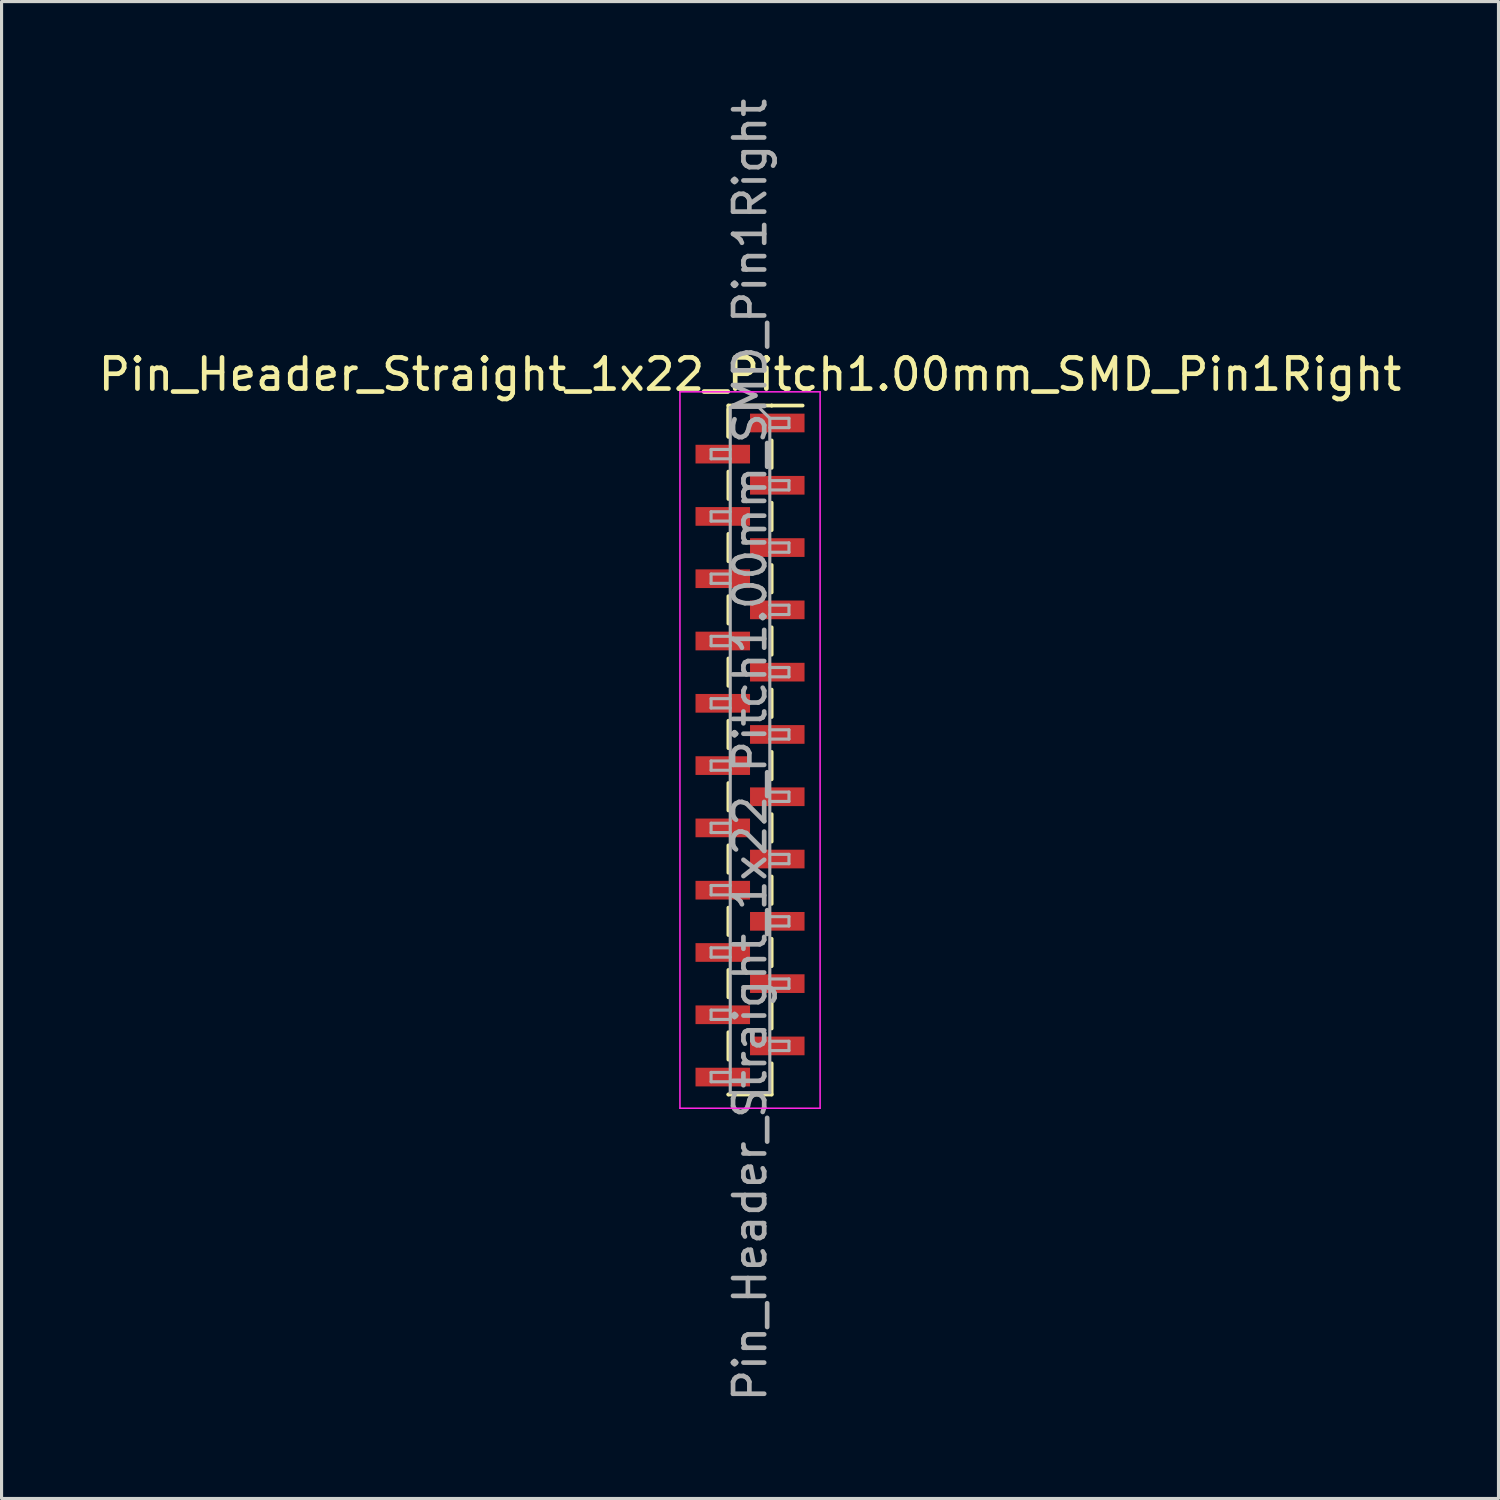
<source format=kicad_pcb>
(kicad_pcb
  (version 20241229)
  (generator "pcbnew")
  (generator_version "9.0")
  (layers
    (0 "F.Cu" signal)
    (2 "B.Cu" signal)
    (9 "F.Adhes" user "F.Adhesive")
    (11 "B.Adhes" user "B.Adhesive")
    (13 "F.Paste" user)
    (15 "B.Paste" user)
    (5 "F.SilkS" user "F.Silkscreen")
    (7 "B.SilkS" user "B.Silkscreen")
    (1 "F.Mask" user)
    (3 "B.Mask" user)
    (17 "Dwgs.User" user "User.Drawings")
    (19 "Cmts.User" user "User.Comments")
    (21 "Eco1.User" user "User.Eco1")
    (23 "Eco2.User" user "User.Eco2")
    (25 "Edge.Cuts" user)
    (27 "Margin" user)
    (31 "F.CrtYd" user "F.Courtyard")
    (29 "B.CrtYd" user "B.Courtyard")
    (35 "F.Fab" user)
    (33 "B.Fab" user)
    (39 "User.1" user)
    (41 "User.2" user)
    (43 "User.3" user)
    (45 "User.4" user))
  (footprint "Pin_Header_Straight_1x22_Pitch1.00mm_SMD_Pin1Right"
    (layer "F.Cu")
    (at 21.03 21.03)
    (property "Reference" "Pin_Header_Straight_1x22_Pitch1.00mm_SMD_Pin1Right" (at 0 -12.06 0) (layer "F.SilkS") (effects (font (size 1 1) (thickness 0.15))))
    (attr smd)
    (fp_line (start -0.695 -11.06) (end -0.695 -10.06) (stroke (width 0.12) (type solid)) (layer "F.SilkS"))
    (fp_line (start -0.695 -11.06) (end 0.695 -11.06) (stroke (width 0.12) (type solid)) (layer "F.SilkS"))
    (fp_line (start -0.695 -10.94) (end -0.695 -10.06) (stroke (width 0.12) (type solid)) (layer "F.SilkS"))
    (fp_line (start -0.695 -8.94) (end -0.695 -8.06) (stroke (width 0.12) (type solid)) (layer "F.SilkS"))
    (fp_line (start -0.695 -6.94) (end -0.695 -6.06) (stroke (width 0.12) (type solid)) (layer "F.SilkS"))
    (fp_line (start -0.695 -4.94) (end -0.695 -4.06) (stroke (width 0.12) (type solid)) (layer "F.SilkS"))
    (fp_line (start -0.695 -2.94) (end -0.695 -2.06) (stroke (width 0.12) (type solid)) (layer "F.SilkS"))
    (fp_line (start -0.695 -0.94) (end -0.695 -0.06) (stroke (width 0.12) (type solid)) (layer "F.SilkS"))
    (fp_line (start -0.695 1.06) (end -0.695 1.94) (stroke (width 0.12) (type solid)) (layer "F.SilkS"))
    (fp_line (start -0.695 3.06) (end -0.695 3.94) (stroke (width 0.12) (type solid)) (layer "F.SilkS"))
    (fp_line (start -0.695 5.06) (end -0.695 5.94) (stroke (width 0.12) (type solid)) (layer "F.SilkS"))
    (fp_line (start -0.695 7.06) (end -0.695 7.94) (stroke (width 0.12) (type solid)) (layer "F.SilkS"))
    (fp_line (start -0.695 9.06) (end -0.695 9.94) (stroke (width 0.12) (type solid)) (layer "F.SilkS"))
    (fp_line (start -0.695 11.06) (end -0.695 11.06) (stroke (width 0.12) (type solid)) (layer "F.SilkS"))
    (fp_line (start -0.695 11.06) (end 0.695 11.06) (stroke (width 0.12) (type solid)) (layer "F.SilkS"))
    (fp_line (start 0.695 -11.06) (end 0.695 -11.06) (stroke (width 0.12) (type solid)) (layer "F.SilkS"))
    (fp_line (start 0.695 -11.06) (end 1.69 -11.06) (stroke (width 0.12) (type solid)) (layer "F.SilkS"))
    (fp_line (start 0.695 -9.94) (end 0.695 -9.06) (stroke (width 0.12) (type solid)) (layer "F.SilkS"))
    (fp_line (start 0.695 -7.94) (end 0.695 -7.06) (stroke (width 0.12) (type solid)) (layer "F.SilkS"))
    (fp_line (start 0.695 -5.94) (end 0.695 -5.06) (stroke (width 0.12) (type solid)) (layer "F.SilkS"))
    (fp_line (start 0.695 -3.94) (end 0.695 -3.06) (stroke (width 0.12) (type solid)) (layer "F.SilkS"))
    (fp_line (start 0.695 -1.94) (end 0.695 -1.06) (stroke (width 0.12) (type solid)) (layer "F.SilkS"))
    (fp_line (start 0.695 0.06) (end 0.695 0.94) (stroke (width 0.12) (type solid)) (layer "F.SilkS"))
    (fp_line (start 0.695 2.06) (end 0.695 2.94) (stroke (width 0.12) (type solid)) (layer "F.SilkS"))
    (fp_line (start 0.695 4.06) (end 0.695 4.94) (stroke (width 0.12) (type solid)) (layer "F.SilkS"))
    (fp_line (start 0.695 6.06) (end 0.695 6.94) (stroke (width 0.12) (type solid)) (layer "F.SilkS"))
    (fp_line (start 0.695 8.06) (end 0.695 8.94) (stroke (width 0.12) (type solid)) (layer "F.SilkS"))
    (fp_line (start 0.695 10.06) (end 0.695 11.06) (stroke (width 0.12) (type solid)) (layer "F.SilkS"))
    (fp_line (start -2.25 -11.5) (end -2.25 11.5) (stroke (width 0.05) (type solid)) (layer "F.CrtYd"))
    (fp_line (start -2.25 11.5) (end 2.25 11.5) (stroke (width 0.05) (type solid)) (layer "F.CrtYd"))
    (fp_line (start 2.25 -11.5) (end -2.25 -11.5) (stroke (width 0.05) (type solid)) (layer "F.CrtYd"))
    (fp_line (start 2.25 11.5) (end 2.25 -11.5) (stroke (width 0.05) (type solid)) (layer "F.CrtYd"))
    (fp_line (start -1.25 -9.65) (end -1.25 -9.35) (stroke (width 0.1) (type solid)) (layer "F.Fab"))
    (fp_line (start -1.25 -9.35) (end -0.635 -9.35) (stroke (width 0.1) (type solid)) (layer "F.Fab"))
    (fp_line (start -1.25 -7.65) (end -1.25 -7.35) (stroke (width 0.1) (type solid)) (layer "F.Fab"))
    (fp_line (start -1.25 -7.35) (end -0.635 -7.35) (stroke (width 0.1) (type solid)) (layer "F.Fab"))
    (fp_line (start -1.25 -5.65) (end -1.25 -5.35) (stroke (width 0.1) (type solid)) (layer "F.Fab"))
    (fp_line (start -1.25 -5.35) (end -0.635 -5.35) (stroke (width 0.1) (type solid)) (layer "F.Fab"))
    (fp_line (start -1.25 -3.65) (end -1.25 -3.35) (stroke (width 0.1) (type solid)) (layer "F.Fab"))
    (fp_line (start -1.25 -3.35) (end -0.635 -3.35) (stroke (width 0.1) (type solid)) (layer "F.Fab"))
    (fp_line (start -1.25 -1.65) (end -1.25 -1.35) (stroke (width 0.1) (type solid)) (layer "F.Fab"))
    (fp_line (start -1.25 -1.35) (end -0.635 -1.35) (stroke (width 0.1) (type solid)) (layer "F.Fab"))
    (fp_line (start -1.25 0.35) (end -1.25 0.65) (stroke (width 0.1) (type solid)) (layer "F.Fab"))
    (fp_line (start -1.25 0.65) (end -0.635 0.65) (stroke (width 0.1) (type solid)) (layer "F.Fab"))
    (fp_line (start -1.25 2.35) (end -1.25 2.65) (stroke (width 0.1) (type solid)) (layer "F.Fab"))
    (fp_line (start -1.25 2.65) (end -0.635 2.65) (stroke (width 0.1) (type solid)) (layer "F.Fab"))
    (fp_line (start -1.25 4.35) (end -1.25 4.65) (stroke (width 0.1) (type solid)) (layer "F.Fab"))
    (fp_line (start -1.25 4.65) (end -0.635 4.65) (stroke (width 0.1) (type solid)) (layer "F.Fab"))
    (fp_line (start -1.25 6.35) (end -1.25 6.65) (stroke (width 0.1) (type solid)) (layer "F.Fab"))
    (fp_line (start -1.25 6.65) (end -0.635 6.65) (stroke (width 0.1) (type solid)) (layer "F.Fab"))
    (fp_line (start -1.25 8.35) (end -1.25 8.65) (stroke (width 0.1) (type solid)) (layer "F.Fab"))
    (fp_line (start -1.25 8.65) (end -0.635 8.65) (stroke (width 0.1) (type solid)) (layer "F.Fab"))
    (fp_line (start -1.25 10.35) (end -1.25 10.65) (stroke (width 0.1) (type solid)) (layer "F.Fab"))
    (fp_line (start -1.25 10.65) (end -0.635 10.65) (stroke (width 0.1) (type solid)) (layer "F.Fab"))
    (fp_line (start -0.635 -11) (end -0.635 11) (stroke (width 0.1) (type solid)) (layer "F.Fab"))
    (fp_line (start -0.635 -11) (end 0.285 -11) (stroke (width 0.1) (type solid)) (layer "F.Fab"))
    (fp_line (start -0.635 -9.65) (end -1.25 -9.65) (stroke (width 0.1) (type solid)) (layer "F.Fab"))
    (fp_line (start -0.635 -7.65) (end -1.25 -7.65) (stroke (width 0.1) (type solid)) (layer "F.Fab"))
    (fp_line (start -0.635 -5.65) (end -1.25 -5.65) (stroke (width 0.1) (type solid)) (layer "F.Fab"))
    (fp_line (start -0.635 -3.65) (end -1.25 -3.65) (stroke (width 0.1) (type solid)) (layer "F.Fab"))
    (fp_line (start -0.635 -1.65) (end -1.25 -1.65) (stroke (width 0.1) (type solid)) (layer "F.Fab"))
    (fp_line (start -0.635 0.35) (end -1.25 0.35) (stroke (width 0.1) (type solid)) (layer "F.Fab"))
    (fp_line (start -0.635 2.35) (end -1.25 2.35) (stroke (width 0.1) (type solid)) (layer "F.Fab"))
    (fp_line (start -0.635 4.35) (end -1.25 4.35) (stroke (width 0.1) (type solid)) (layer "F.Fab"))
    (fp_line (start -0.635 6.35) (end -1.25 6.35) (stroke (width 0.1) (type solid)) (layer "F.Fab"))
    (fp_line (start -0.635 8.35) (end -1.25 8.35) (stroke (width 0.1) (type solid)) (layer "F.Fab"))
    (fp_line (start -0.635 10.35) (end -1.25 10.35) (stroke (width 0.1) (type solid)) (layer "F.Fab"))
    (fp_line (start 0.635 -10.65) (end 0.285 -11) (stroke (width 0.1) (type solid)) (layer "F.Fab"))
    (fp_line (start 0.635 -10.65) (end 1.25 -10.65) (stroke (width 0.1) (type solid)) (layer "F.Fab"))
    (fp_line (start 0.635 -8.65) (end 1.25 -8.65) (stroke (width 0.1) (type solid)) (layer "F.Fab"))
    (fp_line (start 0.635 -6.65) (end 1.25 -6.65) (stroke (width 0.1) (type solid)) (layer "F.Fab"))
    (fp_line (start 0.635 -4.65) (end 1.25 -4.65) (stroke (width 0.1) (type solid)) (layer "F.Fab"))
    (fp_line (start 0.635 -2.65) (end 1.25 -2.65) (stroke (width 0.1) (type solid)) (layer "F.Fab"))
    (fp_line (start 0.635 -0.65) (end 1.25 -0.65) (stroke (width 0.1) (type solid)) (layer "F.Fab"))
    (fp_line (start 0.635 1.35) (end 1.25 1.35) (stroke (width 0.1) (type solid)) (layer "F.Fab"))
    (fp_line (start 0.635 3.35) (end 1.25 3.35) (stroke (width 0.1) (type solid)) (layer "F.Fab"))
    (fp_line (start 0.635 5.35) (end 1.25 5.35) (stroke (width 0.1) (type solid)) (layer "F.Fab"))
    (fp_line (start 0.635 7.35) (end 1.25 7.35) (stroke (width 0.1) (type solid)) (layer "F.Fab"))
    (fp_line (start 0.635 9.35) (end 1.25 9.35) (stroke (width 0.1) (type solid)) (layer "F.Fab"))
    (fp_line (start 0.635 11) (end -0.635 11) (stroke (width 0.1) (type solid)) (layer "F.Fab"))
    (fp_line (start 0.635 11) (end 0.635 -10.65) (stroke (width 0.1) (type solid)) (layer "F.Fab"))
    (fp_line (start 1.25 -10.65) (end 1.25 -10.35) (stroke (width 0.1) (type solid)) (layer "F.Fab"))
    (fp_line (start 1.25 -10.35) (end 0.635 -10.35) (stroke (width 0.1) (type solid)) (layer "F.Fab"))
    (fp_line (start 1.25 -8.65) (end 1.25 -8.35) (stroke (width 0.1) (type solid)) (layer "F.Fab"))
    (fp_line (start 1.25 -8.35) (end 0.635 -8.35) (stroke (width 0.1) (type solid)) (layer "F.Fab"))
    (fp_line (start 1.25 -6.65) (end 1.25 -6.35) (stroke (width 0.1) (type solid)) (layer "F.Fab"))
    (fp_line (start 1.25 -6.35) (end 0.635 -6.35) (stroke (width 0.1) (type solid)) (layer "F.Fab"))
    (fp_line (start 1.25 -4.65) (end 1.25 -4.35) (stroke (width 0.1) (type solid)) (layer "F.Fab"))
    (fp_line (start 1.25 -4.35) (end 0.635 -4.35) (stroke (width 0.1) (type solid)) (layer "F.Fab"))
    (fp_line (start 1.25 -2.65) (end 1.25 -2.35) (stroke (width 0.1) (type solid)) (layer "F.Fab"))
    (fp_line (start 1.25 -2.35) (end 0.635 -2.35) (stroke (width 0.1) (type solid)) (layer "F.Fab"))
    (fp_line (start 1.25 -0.65) (end 1.25 -0.35) (stroke (width 0.1) (type solid)) (layer "F.Fab"))
    (fp_line (start 1.25 -0.35) (end 0.635 -0.35) (stroke (width 0.1) (type solid)) (layer "F.Fab"))
    (fp_line (start 1.25 1.35) (end 1.25 1.65) (stroke (width 0.1) (type solid)) (layer "F.Fab"))
    (fp_line (start 1.25 1.65) (end 0.635 1.65) (stroke (width 0.1) (type solid)) (layer "F.Fab"))
    (fp_line (start 1.25 3.35) (end 1.25 3.65) (stroke (width 0.1) (type solid)) (layer "F.Fab"))
    (fp_line (start 1.25 3.65) (end 0.635 3.65) (stroke (width 0.1) (type solid)) (layer "F.Fab"))
    (fp_line (start 1.25 5.35) (end 1.25 5.65) (stroke (width 0.1) (type solid)) (layer "F.Fab"))
    (fp_line (start 1.25 5.65) (end 0.635 5.65) (stroke (width 0.1) (type solid)) (layer "F.Fab"))
    (fp_line (start 1.25 7.35) (end 1.25 7.65) (stroke (width 0.1) (type solid)) (layer "F.Fab"))
    (fp_line (start 1.25 7.65) (end 0.635 7.65) (stroke (width 0.1) (type solid)) (layer "F.Fab"))
    (fp_line (start 1.25 9.35) (end 1.25 9.65) (stroke (width 0.1) (type solid)) (layer "F.Fab"))
    (fp_line (start 1.25 9.65) (end 0.635 9.65) (stroke (width 0.1) (type solid)) (layer "F.Fab"))
    (fp_text user "${REFERENCE}" (at 0 0 90) (layer "F.Fab") (effects (font (size 1 1) (thickness 0.15))))
    (pad "1" smd rect (at 0.875 -10.5) (size 1.75 0.6) (layers "F.Cu" "F.Mask" "F.Paste"))
    (pad "2" smd rect (at -0.875 -9.5) (size 1.75 0.6) (layers "F.Cu" "F.Mask" "F.Paste"))
    (pad "3" smd rect (at 0.875 -8.5) (size 1.75 0.6) (layers "F.Cu" "F.Mask" "F.Paste"))
    (pad "4" smd rect (at -0.875 -7.5) (size 1.75 0.6) (layers "F.Cu" "F.Mask" "F.Paste"))
    (pad "5" smd rect (at 0.875 -6.5) (size 1.75 0.6) (layers "F.Cu" "F.Mask" "F.Paste"))
    (pad "6" smd rect (at -0.875 -5.5) (size 1.75 0.6) (layers "F.Cu" "F.Mask" "F.Paste"))
    (pad "7" smd rect (at 0.875 -4.5) (size 1.75 0.6) (layers "F.Cu" "F.Mask" "F.Paste"))
    (pad "8" smd rect (at -0.875 -3.5) (size 1.75 0.6) (layers "F.Cu" "F.Mask" "F.Paste"))
    (pad "9" smd rect (at 0.875 -2.5) (size 1.75 0.6) (layers "F.Cu" "F.Mask" "F.Paste"))
    (pad "10" smd rect (at -0.875 -1.5) (size 1.75 0.6) (layers "F.Cu" "F.Mask" "F.Paste"))
    (pad "11" smd rect (at 0.875 -0.5) (size 1.75 0.6) (layers "F.Cu" "F.Mask" "F.Paste"))
    (pad "12" smd rect (at -0.875 0.5) (size 1.75 0.6) (layers "F.Cu" "F.Mask" "F.Paste"))
    (pad "13" smd rect (at 0.875 1.5) (size 1.75 0.6) (layers "F.Cu" "F.Mask" "F.Paste"))
    (pad "14" smd rect (at -0.875 2.5) (size 1.75 0.6) (layers "F.Cu" "F.Mask" "F.Paste"))
    (pad "15" smd rect (at 0.875 3.5) (size 1.75 0.6) (layers "F.Cu" "F.Mask" "F.Paste"))
    (pad "16" smd rect (at -0.875 4.5) (size 1.75 0.6) (layers "F.Cu" "F.Mask" "F.Paste"))
    (pad "17" smd rect (at 0.875 5.5) (size 1.75 0.6) (layers "F.Cu" "F.Mask" "F.Paste"))
    (pad "18" smd rect (at -0.875 6.5) (size 1.75 0.6) (layers "F.Cu" "F.Mask" "F.Paste"))
    (pad "19" smd rect (at 0.875 7.5) (size 1.75 0.6) (layers "F.Cu" "F.Mask" "F.Paste"))
    (pad "20" smd rect (at -0.875 8.5) (size 1.75 0.6) (layers "F.Cu" "F.Mask" "F.Paste"))
    (pad "21" smd rect (at 0.875 9.5) (size 1.75 0.6) (layers "F.Cu" "F.Mask" "F.Paste"))
    (pad "22" smd rect (at -0.875 10.5) (size 1.75 0.6) (layers "F.Cu" "F.Mask" "F.Paste")))
  (gr_rect
    (start -3 -3)
    (end 45.06 45.06)
    (stroke (width 0.1) (type default))
    (fill no)
    (layer "Edge.Cuts")))
</source>
